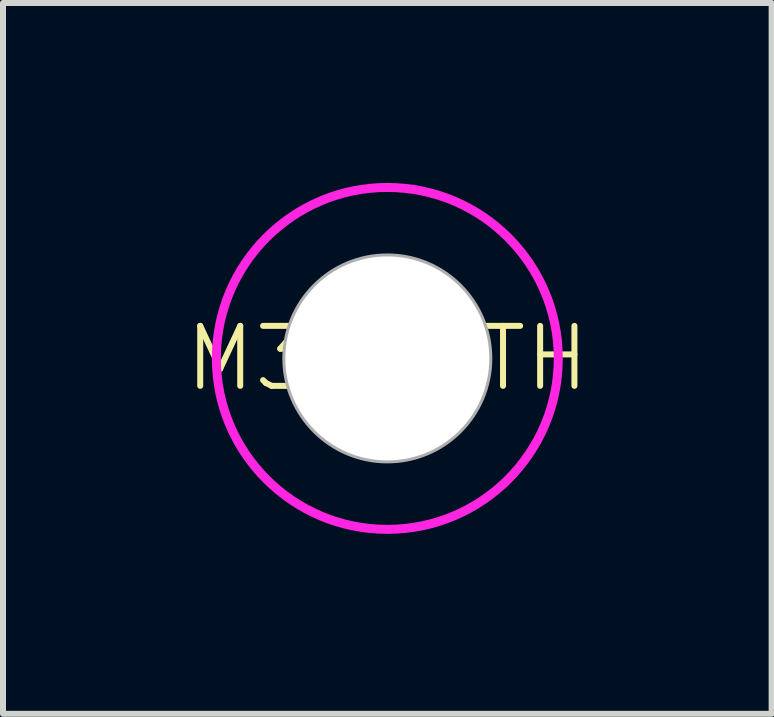
<source format=kicad_pcb>
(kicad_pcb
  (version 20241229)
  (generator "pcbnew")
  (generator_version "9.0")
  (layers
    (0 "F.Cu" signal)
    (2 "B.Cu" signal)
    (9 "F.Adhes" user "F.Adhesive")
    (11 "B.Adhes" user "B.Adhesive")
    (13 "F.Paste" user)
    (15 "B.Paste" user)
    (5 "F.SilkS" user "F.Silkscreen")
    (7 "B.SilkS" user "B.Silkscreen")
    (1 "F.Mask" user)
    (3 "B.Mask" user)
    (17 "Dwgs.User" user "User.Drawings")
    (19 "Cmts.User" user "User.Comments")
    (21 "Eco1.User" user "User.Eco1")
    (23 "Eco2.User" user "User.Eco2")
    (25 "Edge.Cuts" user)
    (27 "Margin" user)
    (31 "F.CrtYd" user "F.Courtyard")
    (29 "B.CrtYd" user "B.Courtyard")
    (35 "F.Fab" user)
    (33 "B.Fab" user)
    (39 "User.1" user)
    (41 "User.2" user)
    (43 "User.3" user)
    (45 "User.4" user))
  (footprint "M3_NPTH"
    (layer "F.Cu")
    (at 3.407 2.925)
    (property "Reference" "M3_NPTH" (at 0 0 0) (unlocked yes) (layer "F.SilkS") (effects (font (size 1 1) (thickness 0.1))))
    (attr through_hole)
    (fp_circle (center 0 0) (end 2.85 0) (stroke (width 0.15) (type default)) (fill no) (layer "F.CrtYd"))
    (fp_circle (center 0 0) (end 1.7 0) (stroke (width 0.1) (type default)) (fill no) (layer "F.Fab"))
    (pad "" np_thru_hole circle (at 0 0) (size 3.4 3.4) (drill 3.4) (layers "*.Cu" "*.Mask")))
  (gr_rect
    (start -3 -3)
    (end 9.814 8.85)
    (stroke (width 0.1) (type default))
    (fill no)
    (layer "Edge.Cuts")))
</source>
